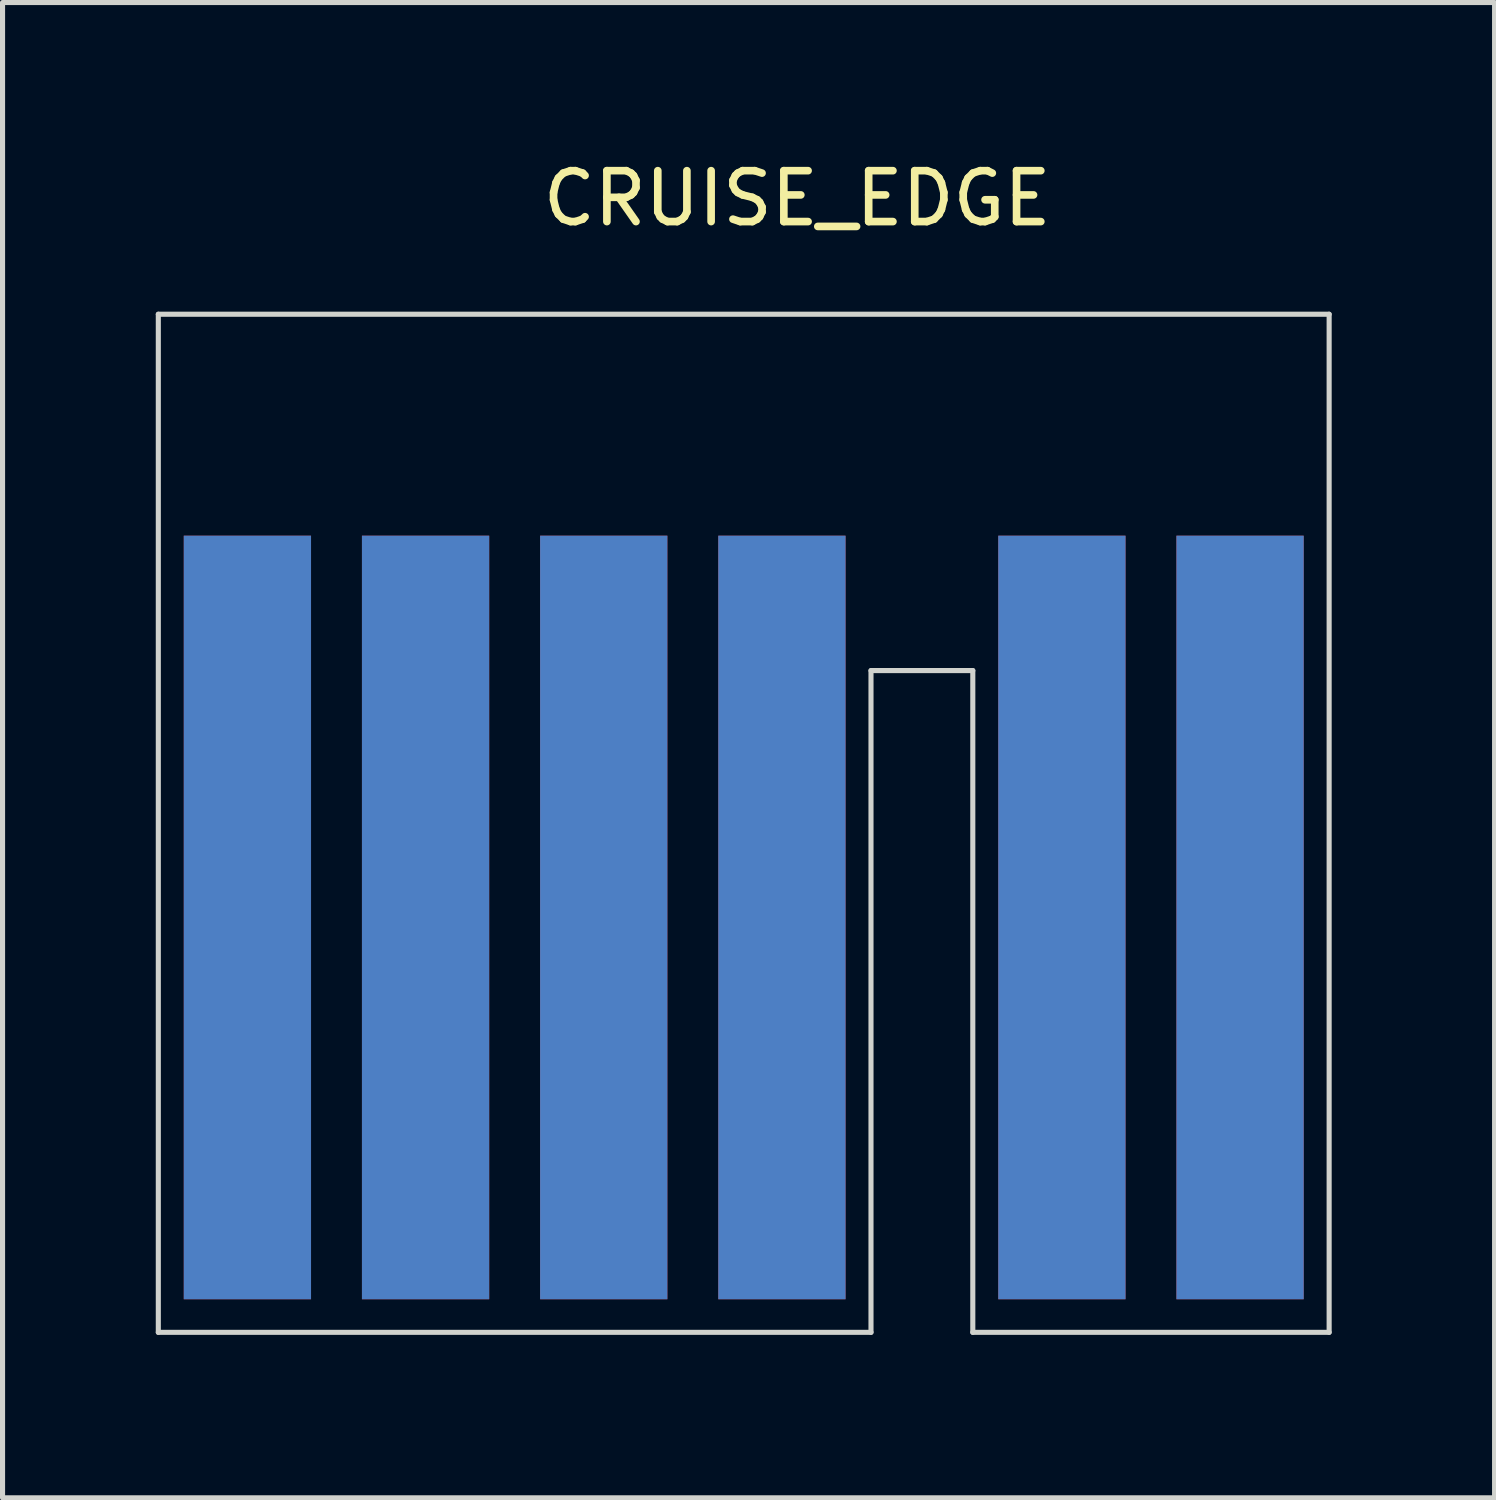
<source format=kicad_pcb>
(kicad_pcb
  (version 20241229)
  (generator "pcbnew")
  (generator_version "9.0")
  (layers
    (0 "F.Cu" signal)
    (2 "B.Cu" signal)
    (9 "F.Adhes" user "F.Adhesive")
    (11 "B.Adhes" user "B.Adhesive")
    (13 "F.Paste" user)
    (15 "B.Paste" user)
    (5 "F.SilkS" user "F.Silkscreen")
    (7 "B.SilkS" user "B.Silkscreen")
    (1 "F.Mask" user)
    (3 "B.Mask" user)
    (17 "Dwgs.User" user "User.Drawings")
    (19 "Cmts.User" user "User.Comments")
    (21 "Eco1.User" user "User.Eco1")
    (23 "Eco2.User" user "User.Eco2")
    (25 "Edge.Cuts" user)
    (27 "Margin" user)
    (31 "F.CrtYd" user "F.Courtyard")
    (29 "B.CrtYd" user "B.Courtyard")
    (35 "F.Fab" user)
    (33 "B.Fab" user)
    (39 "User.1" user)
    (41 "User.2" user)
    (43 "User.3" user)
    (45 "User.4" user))
  (footprint "CRUISE_EDGE"
    (layer "F.Cu")
    (at 23.06 23.123)
    (property "Reference" "CRUISE_EDGE" (at -10.45 -22.275 0) (layer "F.SilkS") (effects (font (size 1 1) (thickness 0.15))))
    (attr exclude_from_pos_files exclude_from_bom)
    (fp_rect (start -23 -18) (end 0 0) (stroke (width 0.12) (type solid)) (fill yes) (layer "F.Mask"))
    (fp_rect (start -23 -18) (end 0 0) (stroke (width 0.12) (type solid)) (fill yes) (layer "B.Mask"))
    (fp_line (start -23 -20) (end -23 0) (stroke (width 0.1) (type solid)) (layer "Edge.Cuts"))
    (fp_line (start -23 -20) (end 0 -20) (stroke (width 0.1) (type solid)) (layer "Edge.Cuts"))
    (fp_line (start -23 0) (end -9 0) (stroke (width 0.1) (type solid)) (layer "Edge.Cuts"))
    (fp_line (start -9 0) (end -9 -13) (stroke (width 0.1) (type solid)) (layer "Edge.Cuts"))
    (fp_line (start -7 -13) (end -9 -13) (stroke (width 0.1) (type solid)) (layer "Edge.Cuts"))
    (fp_line (start -7 0) (end -7 -13) (stroke (width 0.1) (type solid)) (layer "Edge.Cuts"))
    (fp_line (start 0 -20) (end 0 0) (stroke (width 0.1) (type solid)) (layer "Edge.Cuts"))
    (fp_line (start 0 0) (end -7 0) (stroke (width 0.1) (type solid)) (layer "Edge.Cuts"))
    (pad "1" connect rect (at -1.75 -8.15) (size 2.5 15) (layers "B.Cu" "B.Mask"))
    (pad "2" connect rect (at -5.25 -8.15) (size 2.5 15) (layers "B.Cu" "B.Mask"))
    (pad "3" connect rect (at -10.75 -8.15) (size 2.5 15) (layers "B.Cu" "B.Mask"))
    (pad "4" connect rect (at -14.25 -8.15) (size 2.5 15) (layers "B.Cu" "B.Mask"))
    (pad "5" connect rect (at -17.75 -8.15) (size 2.5 15) (layers "B.Cu" "B.Mask"))
    (pad "6" connect rect (at -21.25 -8.15) (size 2.5 15) (layers "B.Cu" "B.Mask"))
    (pad "7" connect rect (at -21.25 -8.15) (size 2.5 15) (layers "F.Cu" "F.Mask"))
    (pad "8" connect rect (at -17.75 -8.15) (size 2.5 15) (layers "F.Cu" "F.Mask"))
    (pad "9" connect rect (at -14.25 -8.15) (size 2.5 15) (layers "F.Cu" "F.Mask"))
    (pad "10" connect rect (at -10.75 -8.15) (size 2.5 15) (layers "F.Cu" "F.Mask"))
    (pad "11" connect rect (at -5.25 -8.15) (size 2.5 15) (layers "F.Cu" "F.Mask"))
    (pad "12" connect rect (at -1.75 -8.15) (size 2.5 15) (layers "F.Cu" "F.Mask")))
  (gr_rect
    (start -3 -3)
    (end 26.31 26.373)
    (stroke (width 0.1) (type default))
    (fill no)
    (layer "Edge.Cuts")))
</source>
